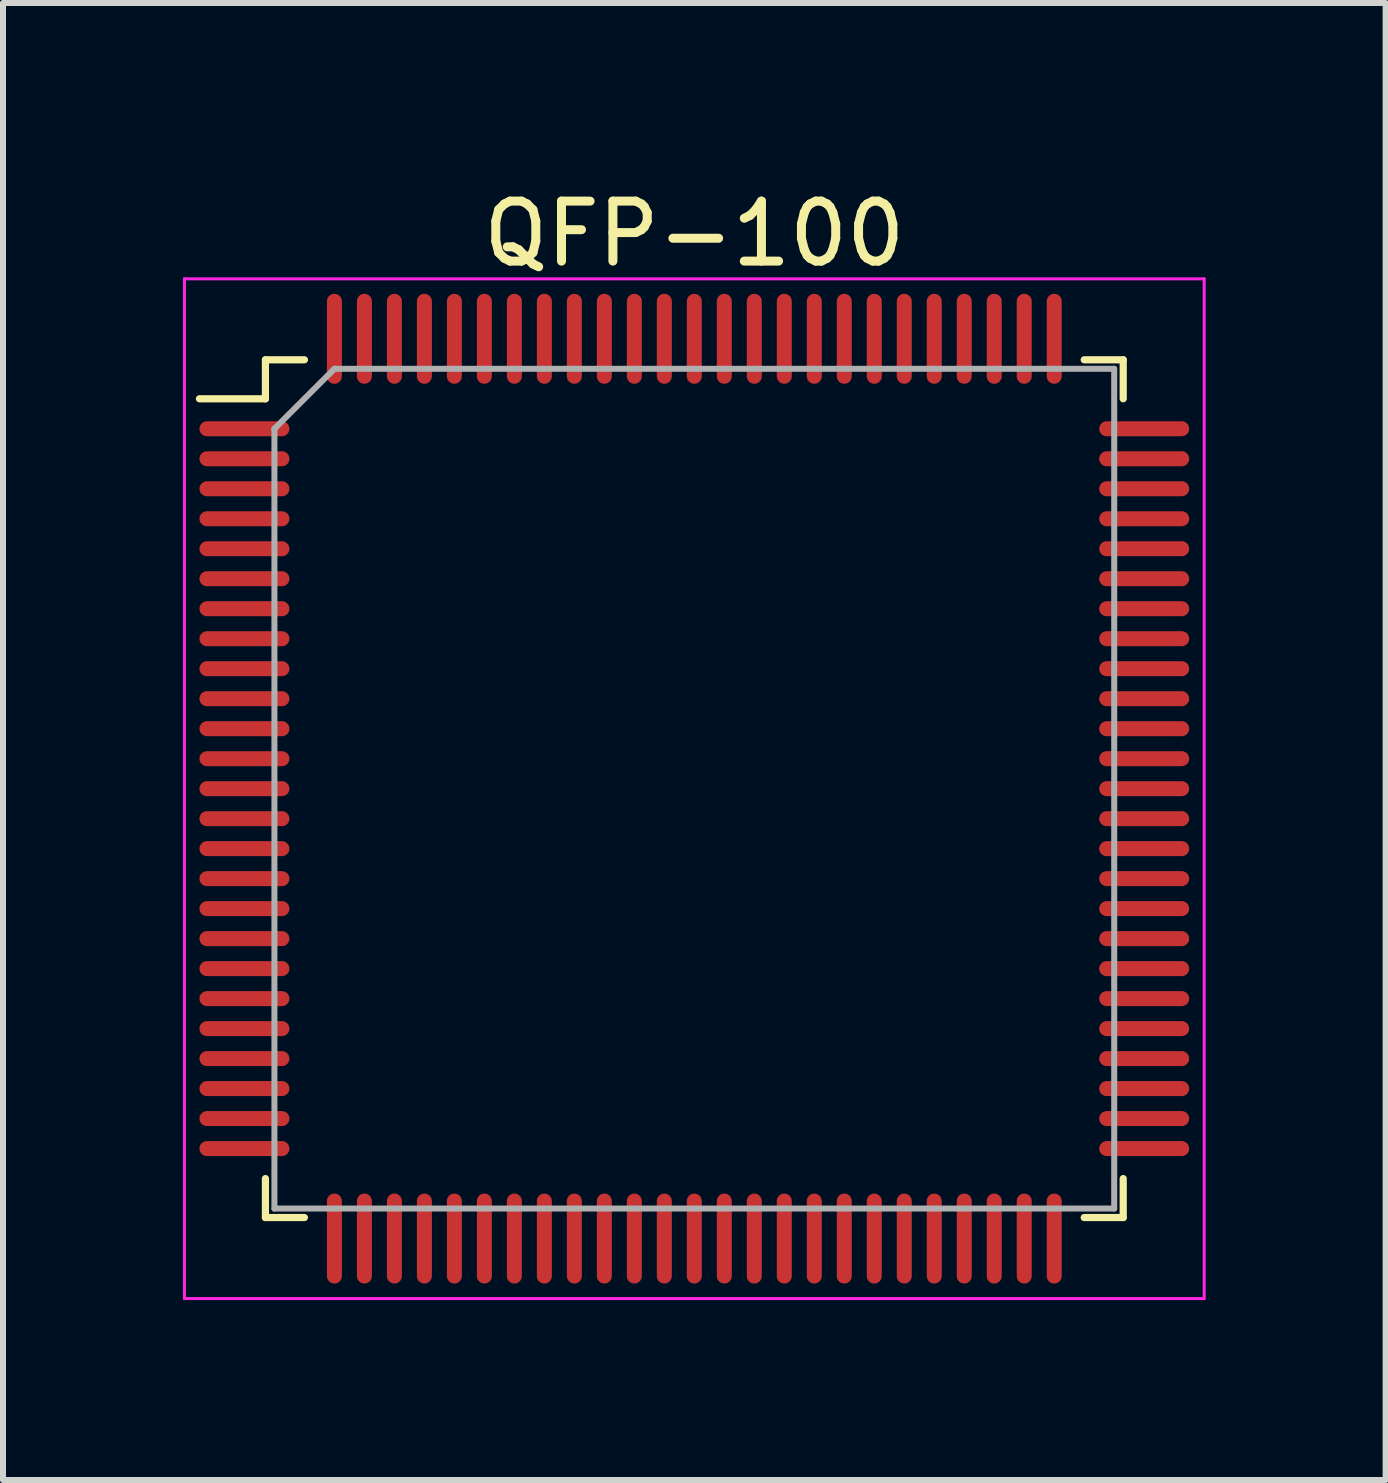
<source format=kicad_pcb>
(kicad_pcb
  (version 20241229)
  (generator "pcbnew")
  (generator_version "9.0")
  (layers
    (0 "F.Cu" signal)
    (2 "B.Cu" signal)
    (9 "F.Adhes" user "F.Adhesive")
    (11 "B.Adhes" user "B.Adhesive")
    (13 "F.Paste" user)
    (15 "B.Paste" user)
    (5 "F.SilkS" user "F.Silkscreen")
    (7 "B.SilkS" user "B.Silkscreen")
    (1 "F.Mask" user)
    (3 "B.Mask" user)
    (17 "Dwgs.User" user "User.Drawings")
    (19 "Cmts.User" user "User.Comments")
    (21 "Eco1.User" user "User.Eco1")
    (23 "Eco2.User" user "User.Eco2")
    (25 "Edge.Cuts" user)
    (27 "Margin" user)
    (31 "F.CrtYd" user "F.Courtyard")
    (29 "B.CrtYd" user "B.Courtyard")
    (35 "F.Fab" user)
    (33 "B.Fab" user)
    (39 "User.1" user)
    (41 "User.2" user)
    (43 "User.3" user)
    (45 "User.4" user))
  (footprint "QFP-100"
    (layer "F.Cu")
    (at 8.525 10.098)
    (property "Reference" "QFP-100" (at 0 -9.25 0) (layer "F.SilkS") (effects (font (size 1 1) (thickness 0.15))))
    (attr smd)
    (fp_line (start -7.15 -7.15) (end -7.15 -6.5) (stroke (width 0.12) (type default)) (layer "F.SilkS"))
    (fp_line (start -7.15 -6.5) (end -8.25 -6.5) (stroke (width 0.12) (type default)) (layer "F.SilkS"))
    (fp_line (start -7.15 7.15) (end -7.15 6.5) (stroke (width 0.12) (type default)) (layer "F.SilkS"))
    (fp_line (start -6.5 -7.15) (end -7.15 -7.15) (stroke (width 0.12) (type default)) (layer "F.SilkS"))
    (fp_line (start -6.5 7.15) (end -7.15 7.15) (stroke (width 0.12) (type default)) (layer "F.SilkS"))
    (fp_line (start 6.5 -7.15) (end 7.15 -7.15) (stroke (width 0.12) (type default)) (layer "F.SilkS"))
    (fp_line (start 6.5 7.15) (end 7.15 7.15) (stroke (width 0.12) (type default)) (layer "F.SilkS"))
    (fp_line (start 7.15 -7.15) (end 7.15 -6.5) (stroke (width 0.12) (type default)) (layer "F.SilkS"))
    (fp_line (start 7.15 7.15) (end 7.15 6.5) (stroke (width 0.12) (type default)) (layer "F.SilkS"))
    (fp_line (start -8.5 -8.5) (end 8.5 -8.5) (stroke (width 0.05) (type default)) (layer "F.CrtYd"))
    (fp_line (start -8.5 8.5) (end -8.5 -8.5) (stroke (width 0.05) (type default)) (layer "F.CrtYd"))
    (fp_line (start 8.5 -8.5) (end 8.5 8.5) (stroke (width 0.05) (type default)) (layer "F.CrtYd"))
    (fp_line (start 8.5 8.5) (end -8.5 8.5) (stroke (width 0.05) (type default)) (layer "F.CrtYd"))
    (fp_line (start -7 -6) (end -7 7) (stroke (width 0.1) (type default)) (layer "F.Fab"))
    (fp_line (start -7 7) (end 7 7) (stroke (width 0.1) (type default)) (layer "F.Fab"))
    (fp_line (start -6 -7) (end -7 -6) (stroke (width 0.1) (type default)) (layer "F.Fab"))
    (fp_line (start 7 -7) (end -6 -7) (stroke (width 0.1) (type default)) (layer "F.Fab"))
    (fp_line (start 7 7) (end 7 -7) (stroke (width 0.1) (type default)) (layer "F.Fab"))
    (pad "1" smd oval (at -7.5 -6 90) (size 0.25 1.5) (layers "F.Cu" "F.Mask" "F.Paste"))
    (pad "2" smd oval (at -7.5 -5.5 90) (size 0.25 1.5) (layers "F.Cu" "F.Mask" "F.Paste"))
    (pad "3" smd oval (at -7.5 -5 90) (size 0.25 1.5) (layers "F.Cu" "F.Mask" "F.Paste"))
    (pad "4" smd oval (at -7.5 -4.5 90) (size 0.25 1.5) (layers "F.Cu" "F.Mask" "F.Paste"))
    (pad "5" smd oval (at -7.5 -4 90) (size 0.25 1.5) (layers "F.Cu" "F.Mask" "F.Paste"))
    (pad "6" smd oval (at -7.5 -3.5 90) (size 0.25 1.5) (layers "F.Cu" "F.Mask" "F.Paste"))
    (pad "7" smd oval (at -7.5 -3 90) (size 0.25 1.5) (layers "F.Cu" "F.Mask" "F.Paste"))
    (pad "8" smd oval (at -7.5 -2.5 90) (size 0.25 1.5) (layers "F.Cu" "F.Mask" "F.Paste"))
    (pad "9" smd oval (at -7.5 -2 90) (size 0.25 1.5) (layers "F.Cu" "F.Mask" "F.Paste"))
    (pad "10" smd oval (at -7.5 -1.5 90) (size 0.25 1.5) (layers "F.Cu" "F.Mask" "F.Paste"))
    (pad "11" smd oval (at -7.5 -1 90) (size 0.25 1.5) (layers "F.Cu" "F.Mask" "F.Paste"))
    (pad "12" smd oval (at -7.5 -0.5 90) (size 0.25 1.5) (layers "F.Cu" "F.Mask" "F.Paste"))
    (pad "13" smd oval (at -7.5 0 90) (size 0.25 1.5) (layers "F.Cu" "F.Mask" "F.Paste"))
    (pad "14" smd oval (at -7.5 0.5 90) (size 0.25 1.5) (layers "F.Cu" "F.Mask" "F.Paste"))
    (pad "15" smd oval (at -7.5 1 90) (size 0.25 1.5) (layers "F.Cu" "F.Mask" "F.Paste"))
    (pad "16" smd oval (at -7.5 1.5 90) (size 0.25 1.5) (layers "F.Cu" "F.Mask" "F.Paste"))
    (pad "17" smd oval (at -7.5 2 90) (size 0.25 1.5) (layers "F.Cu" "F.Mask" "F.Paste"))
    (pad "18" smd oval (at -7.5 2.5 90) (size 0.25 1.5) (layers "F.Cu" "F.Mask" "F.Paste"))
    (pad "19" smd oval (at -7.5 3 90) (size 0.25 1.5) (layers "F.Cu" "F.Mask" "F.Paste"))
    (pad "20" smd oval (at -7.5 3.5 90) (size 0.25 1.5) (layers "F.Cu" "F.Mask" "F.Paste"))
    (pad "21" smd oval (at -7.5 4 90) (size 0.25 1.5) (layers "F.Cu" "F.Mask" "F.Paste"))
    (pad "22" smd oval (at -7.5 4.5 90) (size 0.25 1.5) (layers "F.Cu" "F.Mask" "F.Paste"))
    (pad "23" smd oval (at -7.5 5 90) (size 0.25 1.5) (layers "F.Cu" "F.Mask" "F.Paste"))
    (pad "24" smd oval (at -7.5 5.5 90) (size 0.25 1.5) (layers "F.Cu" "F.Mask" "F.Paste"))
    (pad "25" smd oval (at -7.5 6 90) (size 0.25 1.5) (layers "F.Cu" "F.Mask" "F.Paste"))
    (pad "26" smd oval (at -6 7.5) (size 0.25 1.5) (layers "F.Cu" "F.Mask" "F.Paste"))
    (pad "27" smd oval (at -5.5 7.5) (size 0.25 1.5) (layers "F.Cu" "F.Mask" "F.Paste"))
    (pad "28" smd oval (at -5 7.5) (size 0.25 1.5) (layers "F.Cu" "F.Mask" "F.Paste"))
    (pad "29" smd oval (at -4.5 7.5) (size 0.25 1.5) (layers "F.Cu" "F.Mask" "F.Paste"))
    (pad "30" smd oval (at -4 7.5) (size 0.25 1.5) (layers "F.Cu" "F.Mask" "F.Paste"))
    (pad "31" smd oval (at -3.5 7.5) (size 0.25 1.5) (layers "F.Cu" "F.Mask" "F.Paste"))
    (pad "32" smd oval (at -3 7.5) (size 0.25 1.5) (layers "F.Cu" "F.Mask" "F.Paste"))
    (pad "33" smd oval (at -2.5 7.5) (size 0.25 1.5) (layers "F.Cu" "F.Mask" "F.Paste"))
    (pad "34" smd oval (at -2 7.5) (size 0.25 1.5) (layers "F.Cu" "F.Mask" "F.Paste"))
    (pad "35" smd oval (at -1.5 7.5) (size 0.25 1.5) (layers "F.Cu" "F.Mask" "F.Paste"))
    (pad "36" smd oval (at -1 7.5) (size 0.25 1.5) (layers "F.Cu" "F.Mask" "F.Paste"))
    (pad "37" smd oval (at -0.5 7.5) (size 0.25 1.5) (layers "F.Cu" "F.Mask" "F.Paste"))
    (pad "38" smd oval (at 0 7.5) (size 0.25 1.5) (layers "F.Cu" "F.Mask" "F.Paste"))
    (pad "39" smd oval (at 0.5 7.5) (size 0.25 1.5) (layers "F.Cu" "F.Mask" "F.Paste"))
    (pad "40" smd oval (at 1 7.5) (size 0.25 1.5) (layers "F.Cu" "F.Mask" "F.Paste"))
    (pad "41" smd oval (at 1.5 7.5) (size 0.25 1.5) (layers "F.Cu" "F.Mask" "F.Paste"))
    (pad "42" smd oval (at 2 7.5) (size 0.25 1.5) (layers "F.Cu" "F.Mask" "F.Paste"))
    (pad "43" smd oval (at 2.5 7.5) (size 0.25 1.5) (layers "F.Cu" "F.Mask" "F.Paste"))
    (pad "44" smd oval (at 3 7.5) (size 0.25 1.5) (layers "F.Cu" "F.Mask" "F.Paste"))
    (pad "45" smd oval (at 3.5 7.5) (size 0.25 1.5) (layers "F.Cu" "F.Mask" "F.Paste"))
    (pad "46" smd oval (at 4 7.5) (size 0.25 1.5) (layers "F.Cu" "F.Mask" "F.Paste"))
    (pad "47" smd oval (at 4.5 7.5) (size 0.25 1.5) (layers "F.Cu" "F.Mask" "F.Paste"))
    (pad "48" smd oval (at 5 7.5) (size 0.25 1.5) (layers "F.Cu" "F.Mask" "F.Paste"))
    (pad "49" smd oval (at 5.5 7.5) (size 0.25 1.5) (layers "F.Cu" "F.Mask" "F.Paste"))
    (pad "50" smd oval (at 6 7.5) (size 0.25 1.5) (layers "F.Cu" "F.Mask" "F.Paste"))
    (pad "51" smd oval (at 7.5 6 90) (size 0.25 1.5) (layers "F.Cu" "F.Mask" "F.Paste"))
    (pad "52" smd oval (at 7.5 5.5 90) (size 0.25 1.5) (layers "F.Cu" "F.Mask" "F.Paste"))
    (pad "53" smd oval (at 7.5 5 90) (size 0.25 1.5) (layers "F.Cu" "F.Mask" "F.Paste"))
    (pad "54" smd oval (at 7.5 4.5 90) (size 0.25 1.5) (layers "F.Cu" "F.Mask" "F.Paste"))
    (pad "55" smd oval (at 7.5 4 90) (size 0.25 1.5) (layers "F.Cu" "F.Mask" "F.Paste"))
    (pad "56" smd oval (at 7.5 3.5 90) (size 0.25 1.5) (layers "F.Cu" "F.Mask" "F.Paste"))
    (pad "57" smd oval (at 7.5 3 90) (size 0.25 1.5) (layers "F.Cu" "F.Mask" "F.Paste"))
    (pad "58" smd oval (at 7.5 2.5 90) (size 0.25 1.5) (layers "F.Cu" "F.Mask" "F.Paste"))
    (pad "59" smd oval (at 7.5 2 90) (size 0.25 1.5) (layers "F.Cu" "F.Mask" "F.Paste"))
    (pad "60" smd oval (at 7.5 1.5 90) (size 0.25 1.5) (layers "F.Cu" "F.Mask" "F.Paste"))
    (pad "61" smd oval (at 7.5 1 90) (size 0.25 1.5) (layers "F.Cu" "F.Mask" "F.Paste"))
    (pad "62" smd oval (at 7.5 0.5 90) (size 0.25 1.5) (layers "F.Cu" "F.Mask" "F.Paste"))
    (pad "63" smd oval (at 7.5 0 90) (size 0.25 1.5) (layers "F.Cu" "F.Mask" "F.Paste"))
    (pad "64" smd oval (at 7.5 -0.5 90) (size 0.25 1.5) (layers "F.Cu" "F.Mask" "F.Paste"))
    (pad "65" smd oval (at 7.5 -1 90) (size 0.25 1.5) (layers "F.Cu" "F.Mask" "F.Paste"))
    (pad "66" smd oval (at 7.5 -1.5 90) (size 0.25 1.5) (layers "F.Cu" "F.Mask" "F.Paste"))
    (pad "67" smd oval (at 7.5 -2 90) (size 0.25 1.5) (layers "F.Cu" "F.Mask" "F.Paste"))
    (pad "68" smd oval (at 7.5 -2.5 90) (size 0.25 1.5) (layers "F.Cu" "F.Mask" "F.Paste"))
    (pad "69" smd oval (at 7.5 -3 90) (size 0.25 1.5) (layers "F.Cu" "F.Mask" "F.Paste"))
    (pad "70" smd oval (at 7.5 -3.5 90) (size 0.25 1.5) (layers "F.Cu" "F.Mask" "F.Paste"))
    (pad "71" smd oval (at 7.5 -4 90) (size 0.25 1.5) (layers "F.Cu" "F.Mask" "F.Paste"))
    (pad "72" smd oval (at 7.5 -4.5 90) (size 0.25 1.5) (layers "F.Cu" "F.Mask" "F.Paste"))
    (pad "73" smd oval (at 7.5 -5 90) (size 0.25 1.5) (layers "F.Cu" "F.Mask" "F.Paste"))
    (pad "74" smd oval (at 7.5 -5.5 90) (size 0.25 1.5) (layers "F.Cu" "F.Mask" "F.Paste"))
    (pad "75" smd oval (at 7.5 -6 90) (size 0.25 1.5) (layers "F.Cu" "F.Mask" "F.Paste"))
    (pad "76" smd oval (at 6 -7.5) (size 0.25 1.5) (layers "F.Cu" "F.Mask" "F.Paste"))
    (pad "77" smd oval (at 5.5 -7.5) (size 0.25 1.5) (layers "F.Cu" "F.Mask" "F.Paste"))
    (pad "78" smd oval (at 5 -7.5) (size 0.25 1.5) (layers "F.Cu" "F.Mask" "F.Paste"))
    (pad "79" smd oval (at 4.5 -7.5) (size 0.25 1.5) (layers "F.Cu" "F.Mask" "F.Paste"))
    (pad "80" smd oval (at 4 -7.5) (size 0.25 1.5) (layers "F.Cu" "F.Mask" "F.Paste"))
    (pad "81" smd oval (at 3.5 -7.5) (size 0.25 1.5) (layers "F.Cu" "F.Mask" "F.Paste"))
    (pad "82" smd oval (at 3 -7.5) (size 0.25 1.5) (layers "F.Cu" "F.Mask" "F.Paste"))
    (pad "83" smd oval (at 2.5 -7.5) (size 0.25 1.5) (layers "F.Cu" "F.Mask" "F.Paste"))
    (pad "84" smd oval (at 2 -7.5) (size 0.25 1.5) (layers "F.Cu" "F.Mask" "F.Paste"))
    (pad "85" smd oval (at 1.5 -7.5) (size 0.25 1.5) (layers "F.Cu" "F.Mask" "F.Paste"))
    (pad "86" smd oval (at 1 -7.5) (size 0.25 1.5) (layers "F.Cu" "F.Mask" "F.Paste"))
    (pad "87" smd oval (at 0.5 -7.5) (size 0.25 1.5) (layers "F.Cu" "F.Mask" "F.Paste"))
    (pad "88" smd oval (at 0 -7.5) (size 0.25 1.5) (layers "F.Cu" "F.Mask" "F.Paste"))
    (pad "89" smd oval (at -0.5 -7.5) (size 0.25 1.5) (layers "F.Cu" "F.Mask" "F.Paste"))
    (pad "90" smd oval (at -1 -7.5) (size 0.25 1.5) (layers "F.Cu" "F.Mask" "F.Paste"))
    (pad "91" smd oval (at -1.5 -7.5) (size 0.25 1.5) (layers "F.Cu" "F.Mask" "F.Paste"))
    (pad "92" smd oval (at -2 -7.5) (size 0.25 1.5) (layers "F.Cu" "F.Mask" "F.Paste"))
    (pad "93" smd oval (at -2.5 -7.5) (size 0.25 1.5) (layers "F.Cu" "F.Mask" "F.Paste"))
    (pad "94" smd oval (at -3 -7.5) (size 0.25 1.5) (layers "F.Cu" "F.Mask" "F.Paste"))
    (pad "95" smd oval (at -3.5 -7.5) (size 0.25 1.5) (layers "F.Cu" "F.Mask" "F.Paste"))
    (pad "96" smd oval (at -4 -7.5) (size 0.25 1.5) (layers "F.Cu" "F.Mask" "F.Paste"))
    (pad "97" smd oval (at -4.5 -7.5) (size 0.25 1.5) (layers "F.Cu" "F.Mask" "F.Paste"))
    (pad "98" smd oval (at -5 -7.5) (size 0.25 1.5) (layers "F.Cu" "F.Mask" "F.Paste"))
    (pad "99" smd oval (at -5.5 -7.5) (size 0.25 1.5) (layers "F.Cu" "F.Mask" "F.Paste"))
    (pad "100" smd oval (at -6 -7.5) (size 0.25 1.5) (layers "F.Cu" "F.Mask" "F.Paste")))
  (gr_rect
    (start -3 -3)
    (end 20.05 21.623)
    (stroke (width 0.1) (type default))
    (fill no)
    (layer "Edge.Cuts")))
</source>
